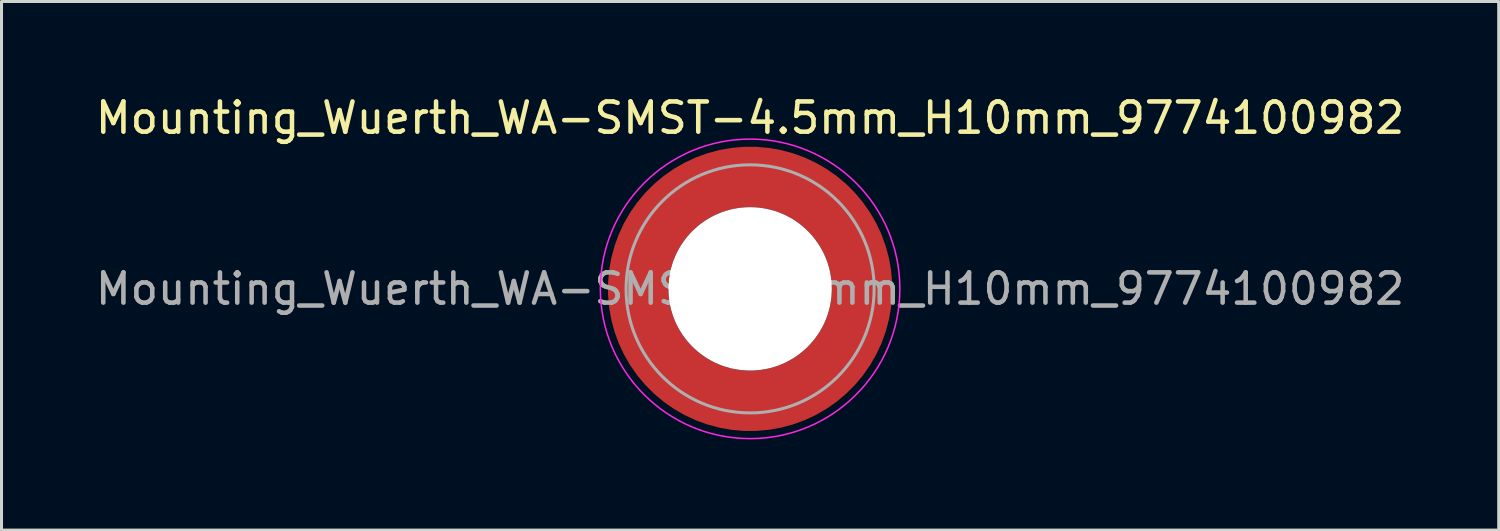
<source format=kicad_pcb>
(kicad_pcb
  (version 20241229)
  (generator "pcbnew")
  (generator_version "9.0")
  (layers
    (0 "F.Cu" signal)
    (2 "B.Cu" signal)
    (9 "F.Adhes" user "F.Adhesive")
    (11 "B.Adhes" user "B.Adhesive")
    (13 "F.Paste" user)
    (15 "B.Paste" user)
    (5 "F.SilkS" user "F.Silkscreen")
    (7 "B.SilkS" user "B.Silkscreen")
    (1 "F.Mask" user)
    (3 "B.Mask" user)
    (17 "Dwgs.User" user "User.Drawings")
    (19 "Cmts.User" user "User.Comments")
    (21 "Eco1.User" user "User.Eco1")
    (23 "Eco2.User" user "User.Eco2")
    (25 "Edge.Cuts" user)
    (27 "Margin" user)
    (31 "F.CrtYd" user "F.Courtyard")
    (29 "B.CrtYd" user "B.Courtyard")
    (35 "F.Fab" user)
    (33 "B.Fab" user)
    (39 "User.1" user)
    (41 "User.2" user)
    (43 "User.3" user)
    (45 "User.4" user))
  (footprint "Mounting_Wuerth_WA-SMST-4.5mm_H10mm_9774100982"
    (layer "F.Cu")
    (at 21.744 6.498)
    (property "Reference" "Mounting_Wuerth_WA-SMST-4.5mm_H10mm_9774100982" (at 0 -5.65 0) (layer "F.SilkS") (effects (font (size 1 1) (thickness 0.15))))
    (attr smd)
    (fp_circle (center 0 0) (end 4.95 0) (stroke (width 0.05) (type solid)) (fill no) (layer "F.CrtYd"))
    (fp_circle (center 0 0) (end 4.1 0) (stroke (width 0.1) (type solid)) (fill no) (layer "F.Fab"))
    (fp_text user "${REFERENCE}" (at 0 0 0) (layer "F.Fab") (effects (font (size 1 1) (thickness 0.15))))
    (pad "" smd custom (at -2.607 -2.607) (size 1.495 1.495) (layers "F.Paste") (options (anchor circle)) (primitives (gr_arc (start -0.188183 2.107456) (mid 0.598928 0.599619) (end 2.106494 -0.188011) (width 0.2)) (gr_arc (start -0.289416 2.107456) (mid 0.528508 0.529033) (end 2.106724 -0.28929) (width 0.2)) (gr_arc (start -0.390547 2.107456) (mid 0.457087 0.459449) (end 2.104161 -0.389996) (width 0.2)) (gr_arc (start -0.491585 2.107456) (mid 0.386415 0.389116) (end 2.103685 -0.490974) (width 0.2)) (gr_arc (start -0.59254 2.107456) (mid 0.31649 0.318035) (end 2.105297 -0.592202) (width 0.2)) (gr_arc (start -0.693419 2.107456) (mid 0.245252 0.248268) (end 2.103239 -0.692777) (width 0.2)) (gr_arc (start -0.794229 2.107456) (mid 0.174636 0.177878) (end 2.102921 -0.793559) (width 0.2)) (gr_arc (start -0.894975 2.107456) (mid 0.104643 0.106866) (end 2.104343 -0.894529) (width 0.2)) (gr_arc (start -0.995664 2.107456) (mid 0.033026 0.037479) (end 2.101219 -0.994793) (width 0.2)) (gr_arc (start -1.0963 2.107456) (mid -0.035789 -0.034714) (end 2.105949 -1.096096) (width 0.2)) (gr_arc (start -1.196886 2.107456) (mid -0.106351 -0.105157) (end 2.105783 -1.196666) (width 0.2)) (gr_arc (start -1.297427 2.107456) (mid -0.176416 -0.176097) (end 2.107009 -1.29737) (width 0.2)) (gr_arc (start -1.397927 2.107456) (mid -0.248476 -0.245042) (end 2.102638 -1.397323) (width 0.2)) (gr_arc (start -1.498388 2.107456) (mid -0.317612 -0.316913) (end 2.106475 -1.498268) (width 0.2)) (gr_arc (start -1.598813 2.107456) (mid -0.388865 -0.386665) (end 2.104366 -1.598444) (width 0.2)) (gr_arc (start -1.699204 2.107456) (mid -0.459747 -0.456787) (end 2.103299 -1.698719) (width 0.2)) (gr_arc (start -1.799565 2.107456) (mid -0.530257 -0.527283) (end 2.103277 -1.799089) (width 0.2)) (gr_arc (start -1.899896 2.107456) (mid -0.600396 -0.59815) (end 2.104299 -1.899545) (width 0.2)) (gr_arc (start -1.899896 2.107456) (mid -0.600396 -0.59815) (end 2.104299 -1.899545) (width 0.2)) (gr_line (start 2.107 -0.188) (end 2.107 -1.9) (width 0.2)) (gr_line (start -0.188 2.107) (end -1.9 2.107) (width 0.2))))
    (pad "" smd custom (at -2.607 2.607) (size 1.495 1.495) (layers "F.Paste") (options (anchor circle)) (primitives (gr_arc (start 2.107456 0.188183) (mid 0.599619 -0.598928) (end -0.188011 -2.106494) (width 0.2)) (gr_arc (start 2.107456 0.289416) (mid 0.529033 -0.528508) (end -0.28929 -2.106724) (width 0.2)) (gr_arc (start 2.107456 0.390547) (mid 0.459449 -0.457087) (end -0.389996 -2.104161) (width 0.2)) (gr_arc (start 2.107456 0.491585) (mid 0.389116 -0.386415) (end -0.490974 -2.103685) (width 0.2)) (gr_arc (start 2.107456 0.59254) (mid 0.318035 -0.31649) (end -0.592202 -2.105297) (width 0.2)) (gr_arc (start 2.107456 0.693419) (mid 0.248268 -0.245252) (end -0.692777 -2.103239) (width 0.2)) (gr_arc (start 2.107456 0.794229) (mid 0.177878 -0.174636) (end -0.793559 -2.102921) (width 0.2)) (gr_arc (start 2.107456 0.894975) (mid 0.106866 -0.104643) (end -0.894529 -2.104343) (width 0.2)) (gr_arc (start 2.107456 0.995664) (mid 0.037479 -0.033026) (end -0.994793 -2.101219) (width 0.2)) (gr_arc (start 2.107456 1.0963) (mid -0.034714 0.035789) (end -1.096096 -2.105949) (width 0.2)) (gr_arc (start 2.107456 1.196886) (mid -0.105157 0.106351) (end -1.196666 -2.105783) (width 0.2)) (gr_arc (start 2.107456 1.297427) (mid -0.176097 0.176416) (end -1.29737 -2.107009) (width 0.2)) (gr_arc (start 2.107456 1.397927) (mid -0.245042 0.248476) (end -1.397323 -2.102638) (width 0.2)) (gr_arc (start 2.107456 1.498388) (mid -0.316913 0.317612) (end -1.498268 -2.106475) (width 0.2)) (gr_arc (start 2.107456 1.598813) (mid -0.386665 0.388865) (end -1.598444 -2.104366) (width 0.2)) (gr_arc (start 2.107456 1.699204) (mid -0.456787 0.459747) (end -1.698719 -2.103299) (width 0.2)) (gr_arc (start 2.107456 1.799565) (mid -0.527283 0.530257) (end -1.799089 -2.103277) (width 0.2)) (gr_arc (start 2.107456 1.899896) (mid -0.59815 0.600396) (end -1.899545 -2.104299) (width 0.2)) (gr_arc (start 2.107456 1.899896) (mid -0.59815 0.600396) (end -1.899545 -2.104299) (width 0.2)) (gr_line (start -0.188 -2.107) (end -1.9 -2.107) (width 0.2)) (gr_line (start 2.107 0.188) (end 2.107 1.9) (width 0.2))))
    (pad "" np_thru_hole circle (at 0 0) (size 5.4 5.4) (drill 5.4) (layers "*.Cu" "*.Mask"))
    (pad "" smd custom (at 2.607 -2.607) (size 1.495 1.495) (layers "F.Paste") (options (anchor circle)) (primitives (gr_arc (start -2.107456 -0.188183) (mid -0.599619 0.598928) (end 0.188011 2.106494) (width 0.2)) (gr_arc (start -2.107456 -0.289416) (mid -0.529033 0.528508) (end 0.28929 2.106724) (width 0.2)) (gr_arc (start -2.107456 -0.390547) (mid -0.459449 0.457087) (end 0.389996 2.104161) (width 0.2)) (gr_arc (start -2.107456 -0.491585) (mid -0.389116 0.386415) (end 0.490974 2.103685) (width 0.2)) (gr_arc (start -2.107456 -0.59254) (mid -0.318035 0.31649) (end 0.592202 2.105297) (width 0.2)) (gr_arc (start -2.107456 -0.693419) (mid -0.248268 0.245252) (end 0.692777 2.103239) (width 0.2)) (gr_arc (start -2.107456 -0.794229) (mid -0.177878 0.174636) (end 0.793559 2.102921) (width 0.2)) (gr_arc (start -2.107456 -0.894975) (mid -0.106866 0.104643) (end 0.894529 2.104343) (width 0.2)) (gr_arc (start -2.107456 -0.995664) (mid -0.037479 0.033026) (end 0.994793 2.101219) (width 0.2)) (gr_arc (start -2.107456 -1.0963) (mid 0.034714 -0.035789) (end 1.096096 2.105949) (width 0.2)) (gr_arc (start -2.107456 -1.196886) (mid 0.105157 -0.106351) (end 1.196666 2.105783) (width 0.2)) (gr_arc (start -2.107456 -1.297427) (mid 0.176097 -0.176416) (end 1.29737 2.107009) (width 0.2)) (gr_arc (start -2.107456 -1.397927) (mid 0.245042 -0.248476) (end 1.397323 2.102638) (width 0.2)) (gr_arc (start -2.107456 -1.498388) (mid 0.316913 -0.317612) (end 1.498268 2.106475) (width 0.2)) (gr_arc (start -2.107456 -1.598813) (mid 0.386665 -0.388865) (end 1.598444 2.104366) (width 0.2)) (gr_arc (start -2.107456 -1.699204) (mid 0.456787 -0.459747) (end 1.698719 2.103299) (width 0.2)) (gr_arc (start -2.107456 -1.799565) (mid 0.527283 -0.530257) (end 1.799089 2.103277) (width 0.2)) (gr_arc (start -2.107456 -1.899896) (mid 0.59815 -0.600396) (end 1.899545 2.104299) (width 0.2)) (gr_arc (start -2.107456 -1.899896) (mid 0.59815 -0.600396) (end 1.899545 2.104299) (width 0.2)) (gr_line (start 0.188 2.107) (end 1.9 2.107) (width 0.2)) (gr_line (start -2.107 -0.188) (end -2.107 -1.9) (width 0.2))))
    (pad "" smd custom (at 2.607 2.607) (size 1.495 1.495) (layers "F.Paste") (options (anchor circle)) (primitives (gr_arc (start 0.188183 -2.107456) (mid -0.598928 -0.599619) (end -2.106494 0.188011) (width 0.2)) (gr_arc (start 0.289416 -2.107456) (mid -0.528508 -0.529033) (end -2.106724 0.28929) (width 0.2)) (gr_arc (start 0.390547 -2.107456) (mid -0.457087 -0.459449) (end -2.104161 0.389996) (width 0.2)) (gr_arc (start 0.491585 -2.107456) (mid -0.386415 -0.389116) (end -2.103685 0.490974) (width 0.2)) (gr_arc (start 0.59254 -2.107456) (mid -0.31649 -0.318035) (end -2.105297 0.592202) (width 0.2)) (gr_arc (start 0.693419 -2.107456) (mid -0.245252 -0.248268) (end -2.103239 0.692777) (width 0.2)) (gr_arc (start 0.794229 -2.107456) (mid -0.174636 -0.177878) (end -2.102921 0.793559) (width 0.2)) (gr_arc (start 0.894975 -2.107456) (mid -0.104643 -0.106866) (end -2.104343 0.894529) (width 0.2)) (gr_arc (start 0.995664 -2.107456) (mid -0.033026 -0.037479) (end -2.101219 0.994793) (width 0.2)) (gr_arc (start 1.0963 -2.107456) (mid 0.035789 0.034714) (end -2.105949 1.096096) (width 0.2)) (gr_arc (start 1.196886 -2.107456) (mid 0.106351 0.105157) (end -2.105783 1.196666) (width 0.2)) (gr_arc (start 1.297427 -2.107456) (mid 0.176416 0.176097) (end -2.107009 1.29737) (width 0.2)) (gr_arc (start 1.397927 -2.107456) (mid 0.248476 0.245042) (end -2.102638 1.397323) (width 0.2)) (gr_arc (start 1.498388 -2.107456) (mid 0.317612 0.316913) (end -2.106475 1.498268) (width 0.2)) (gr_arc (start 1.598813 -2.107456) (mid 0.388865 0.386665) (end -2.104366 1.598444) (width 0.2)) (gr_arc (start 1.699204 -2.107456) (mid 0.459747 0.456787) (end -2.103299 1.698719) (width 0.2)) (gr_arc (start 1.799565 -2.107456) (mid 0.530257 0.527283) (end -2.103277 1.799089) (width 0.2)) (gr_arc (start 1.899896 -2.107456) (mid 0.600396 0.59815) (end -2.104299 1.899545) (width 0.2)) (gr_arc (start 1.899896 -2.107456) (mid 0.600396 0.59815) (end -2.104299 1.899545) (width 0.2)) (gr_line (start -2.107 0.188) (end -2.107 1.9) (width 0.2)) (gr_line (start 0.188 -2.107) (end 1.9 -2.107) (width 0.2))))
    (pad "1" smd circle (at -3.7 0) (size 1.6 1.6) (layers "F.Cu"))
    (pad "1" smd circle (at 0 -3.7) (size 1.6 1.6) (layers "F.Cu"))
    (pad "1" smd circle (at 0 3.7) (size 1.6 1.6) (layers "F.Cu"))
    (pad "1" smd custom (at 3.7 0) (size 1.6 1.6) (layers "F.Cu" "F.Mask") (options (anchor circle)) (primitives (gr_circle (center -3.7 0) (end 0 0) (width 2) (fill no)))))
  (gr_rect
    (start -3 -3)
    (end 46.488 14.473)
    (stroke (width 0.1) (type default))
    (fill no)
    (layer "Edge.Cuts")))
</source>
